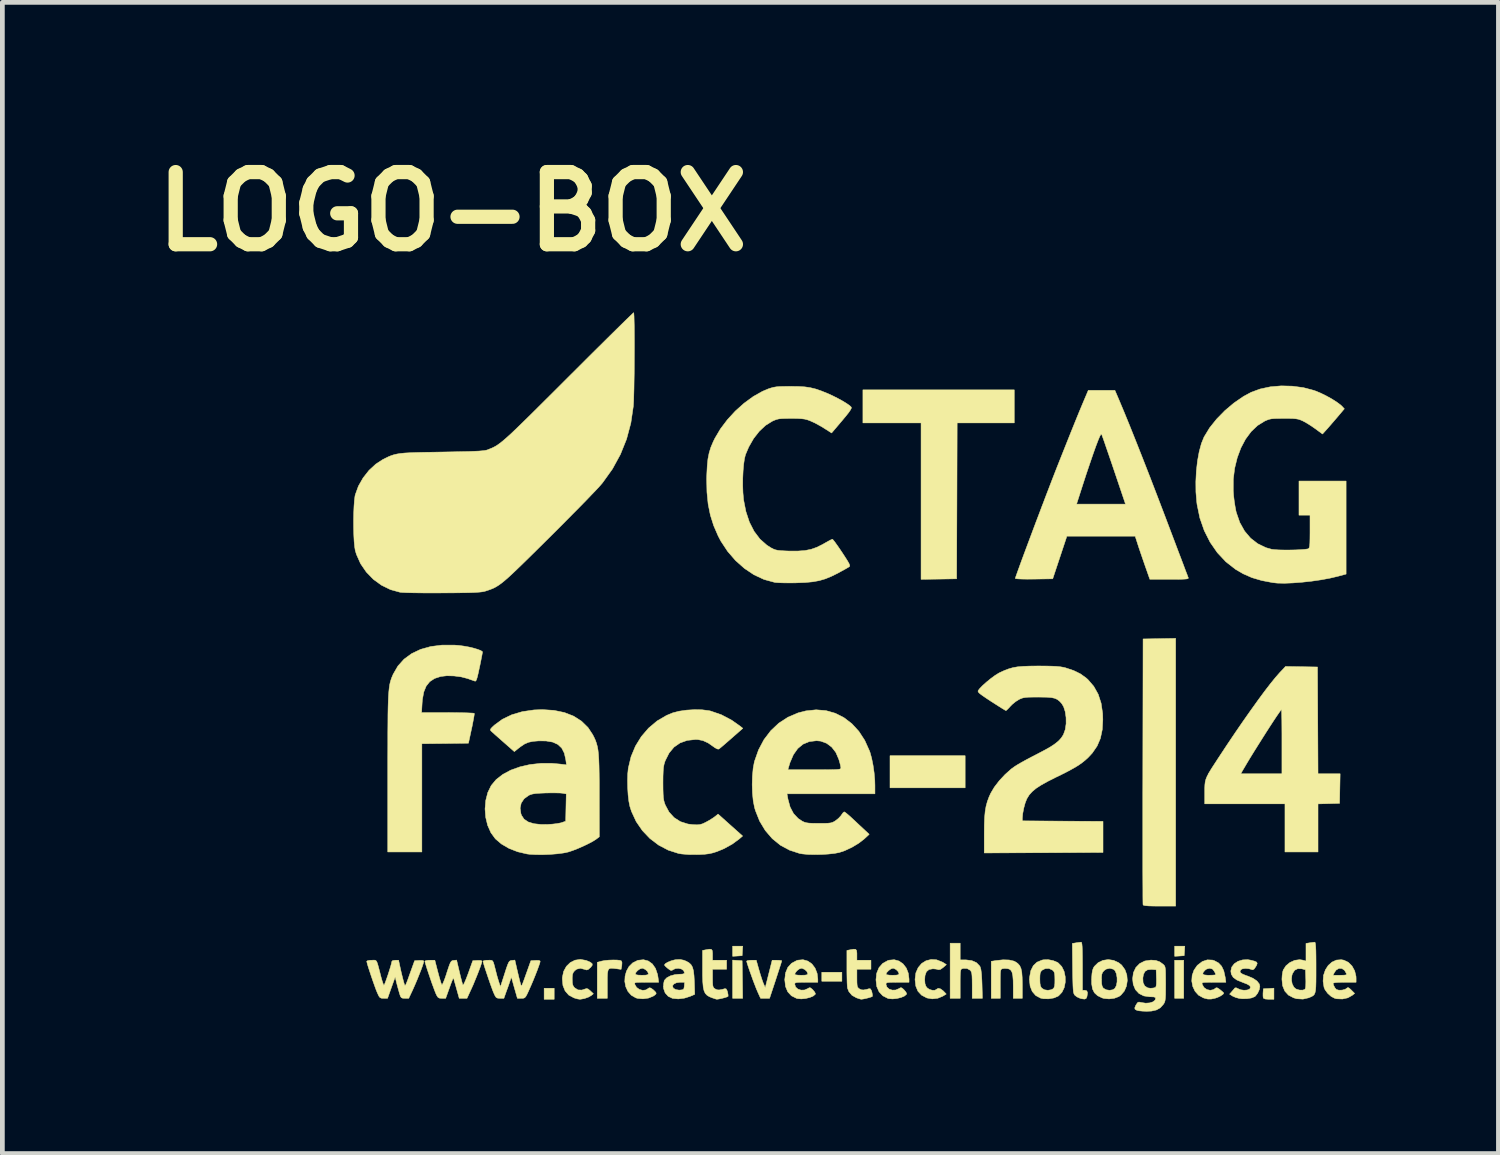
<source format=kicad_pcb>
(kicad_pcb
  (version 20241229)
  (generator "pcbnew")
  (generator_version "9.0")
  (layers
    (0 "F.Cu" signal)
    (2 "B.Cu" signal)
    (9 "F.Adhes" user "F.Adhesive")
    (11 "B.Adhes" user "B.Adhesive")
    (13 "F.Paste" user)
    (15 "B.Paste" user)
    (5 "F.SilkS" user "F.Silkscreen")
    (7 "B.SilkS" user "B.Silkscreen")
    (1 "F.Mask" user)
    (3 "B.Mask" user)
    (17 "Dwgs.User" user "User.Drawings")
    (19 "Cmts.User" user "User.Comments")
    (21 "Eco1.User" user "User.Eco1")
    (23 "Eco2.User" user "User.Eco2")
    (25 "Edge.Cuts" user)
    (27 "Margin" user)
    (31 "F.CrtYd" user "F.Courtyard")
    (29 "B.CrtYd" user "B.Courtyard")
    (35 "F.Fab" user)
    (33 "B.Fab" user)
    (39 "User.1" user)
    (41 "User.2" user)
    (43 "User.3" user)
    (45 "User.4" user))
  (footprint "LOGO-BOX"
    (layer "F.Cu")
    (at 15.002 10.918)
    (property "Reference" "LOGO-BOX" (at -8.5 -9.5 0) (layer "F.SilkS") (effects (font (size 1.524 1.524) (thickness 0.3))))
    (attr through_hole)
    (fp_poly (pts (xy -6.35 7.133) (xy -6.562 7.133) (xy -6.562 6.9) (xy -6.35 6.9) (xy -6.35 7.133)) (stroke (width 0.01) (type solid)) (fill yes) (layer "F.SilkS"))
    (fp_poly (pts (xy -0.275 6.752) (xy -0.699 6.752) (xy -0.699 6.562) (xy -0.275 6.562) (xy -0.275 6.752)) (stroke (width 0.01) (type solid)) (fill yes) (layer "F.SilkS"))
    (fp_poly (pts (xy 2.328 2.667) (xy 0.741 2.667) (xy 0.741 1.99) (xy 2.328 1.99) (xy 2.328 2.667)) (stroke (width 0.01) (type solid)) (fill yes) (layer "F.SilkS"))
    (fp_poly (pts (xy 6.943 7.112) (xy 6.752 7.112) (xy 6.752 6.308) (xy 6.943 6.308) (xy 6.943 7.112)) (stroke (width 0.01) (type solid)) (fill yes) (layer "F.SilkS"))
    (fp_poly (pts (xy -2.482 6.312) (xy -2.381 6.318) (xy -2.375 6.715) (xy -2.37 7.112) (xy -2.582 7.112) (xy -2.582 6.305) (xy -2.482 6.312)) (stroke (width 0.01) (type solid)) (fill yes) (layer "F.SilkS"))
    (fp_poly (pts (xy -2.375 6.112) (xy -2.381 6.212) (xy -2.482 6.219) (xy -2.582 6.225) (xy -2.582 6.011) (xy -2.368 6.011) (xy -2.375 6.112)) (stroke (width 0.01) (type solid)) (fill yes) (layer "F.SilkS"))
    (fp_poly (pts (xy 6.96 6.112) (xy 6.953 6.212) (xy 6.853 6.219) (xy 6.752 6.225) (xy 6.752 6.011) (xy 6.966 6.011) (xy 6.96 6.112)) (stroke (width 0.01) (type solid)) (fill yes) (layer "F.SilkS"))
    (fp_poly (pts (xy 3.365 -5.038) (xy 2.159 -5.038) (xy 2.154 -3.392) (xy 2.148 -1.746) (xy 1.773 -1.74) (xy 1.397 -1.735) (xy 1.397 -5.038) (xy 0.169 -5.038) (xy 0.169 -5.736) (xy 3.365 -5.736) (xy 3.365 -5.038)) (stroke (width 0.01) (type solid)) (fill yes) (layer "F.SilkS"))
    (fp_poly (pts (xy 8.848 7.133) (xy 8.741 7.133) (xy 8.664 7.127) (xy 8.626 7.109) (xy 8.623 7.104) (xy 8.618 7.064) (xy 8.618 7.005) (xy 8.619 6.993) (xy 8.625 6.911) (xy 8.737 6.905) (xy 8.848 6.898) (xy 8.848 7.133)) (stroke (width 0.01) (type solid)) (fill yes) (layer "F.SilkS"))
    (fp_poly (pts (xy -5.025 6.304) (xy -4.961 6.311) (xy -4.93 6.323) (xy -4.918 6.359) (xy -4.922 6.419) (xy -4.922 6.423) (xy -4.937 6.501) (xy -5.039 6.487) (xy -5.109 6.479) (xy -5.159 6.478) (xy -5.193 6.491) (xy -5.213 6.524) (xy -5.224 6.582) (xy -5.228 6.671) (xy -5.228 6.796) (xy -5.228 7.112) (xy -5.44 7.112) (xy -5.44 6.352) (xy -5.35 6.327) (xy -5.281 6.314) (xy -5.196 6.306) (xy -5.107 6.303) (xy -5.025 6.304)) (stroke (width 0.01) (type solid)) (fill yes) (layer "F.SilkS"))
    (fp_poly (pts (xy 6.773 5.165) (xy 6.434 5.165) (xy 6.297 5.164) (xy 6.197 5.161) (xy 6.132 5.155) (xy 6.095 5.147) (xy 6.085 5.138) (xy 6.083 5.114) (xy 6.082 5.05) (xy 6.081 4.949) (xy 6.081 4.813) (xy 6.08 4.645) (xy 6.079 4.446) (xy 6.079 4.221) (xy 6.079 3.97) (xy 6.079 3.698) (xy 6.079 3.405) (xy 6.079 3.095) (xy 6.079 2.77) (xy 6.08 2.433) (xy 6.08 2.318) (xy 6.085 -0.476) (xy 6.773 -0.488) (xy 6.773 5.165)) (stroke (width 0.01) (type solid)) (fill yes) (layer "F.SilkS"))
    (fp_poly (pts (xy 2.223 6.301) (xy 2.347 6.301) (xy 2.468 6.316) (xy 2.566 6.359) (xy 2.634 6.429) (xy 2.646 6.45) (xy 2.661 6.504) (xy 2.673 6.598) (xy 2.681 6.731) (xy 2.684 6.81) (xy 2.692 7.112) (xy 2.477 7.112) (xy 2.477 6.837) (xy 2.476 6.722) (xy 2.473 6.642) (xy 2.468 6.589) (xy 2.458 6.554) (xy 2.444 6.53) (xy 2.434 6.519) (xy 2.37 6.483) (xy 2.292 6.48) (xy 2.256 6.49) (xy 2.243 6.501) (xy 2.233 6.525) (xy 2.227 6.57) (xy 2.224 6.642) (xy 2.223 6.747) (xy 2.223 6.807) (xy 2.223 7.112) (xy 2.011 7.112) (xy 2.011 5.948) (xy 2.223 5.948) (xy 2.223 6.301)) (stroke (width 0.01) (type solid)) (fill yes) (layer "F.SilkS"))
    (fp_poly (pts (xy 4.787 5.936) (xy 4.794 5.967) (xy 4.799 6.024) (xy 4.802 6.11) (xy 4.804 6.229) (xy 4.805 6.386) (xy 4.805 6.435) (xy 4.805 6.943) (xy 4.858 6.943) (xy 4.897 6.955) (xy 4.912 6.995) (xy 4.902 7.066) (xy 4.897 7.086) (xy 4.88 7.118) (xy 4.847 7.129) (xy 4.788 7.121) (xy 4.75 7.11) (xy 4.689 7.082) (xy 4.644 7.047) (xy 4.632 7.03) (xy 4.622 7.007) (xy 4.614 6.973) (xy 4.609 6.923) (xy 4.605 6.851) (xy 4.602 6.752) (xy 4.599 6.621) (xy 4.597 6.478) (xy 4.591 5.954) (xy 4.672 5.94) (xy 4.731 5.932) (xy 4.774 5.927) (xy 4.778 5.927) (xy 4.787 5.936)) (stroke (width 0.01) (type solid)) (fill yes) (layer "F.SilkS"))
    (fp_poly (pts (xy -2.026 6.51) (xy -1.997 6.608) (xy -1.967 6.702) (xy -1.941 6.776) (xy -1.931 6.8) (xy -1.893 6.887) (xy -1.747 6.308) (xy -1.646 6.308) (xy -1.587 6.31) (xy -1.551 6.316) (xy -1.545 6.32) (xy -1.551 6.344) (xy -1.569 6.401) (xy -1.596 6.485) (xy -1.63 6.59) (xy -1.669 6.71) (xy -1.673 6.723) (xy -1.802 7.112) (xy -1.992 7.112) (xy -2.053 6.977) (xy -2.08 6.914) (xy -2.113 6.829) (xy -2.151 6.73) (xy -2.188 6.626) (xy -2.224 6.526) (xy -2.254 6.437) (xy -2.276 6.369) (xy -2.286 6.33) (xy -2.286 6.326) (xy -2.267 6.316) (xy -2.219 6.309) (xy -2.184 6.308) (xy -2.083 6.308) (xy -2.026 6.51)) (stroke (width 0.01) (type solid)) (fill yes) (layer "F.SilkS"))
    (fp_poly (pts (xy 3.256 6.303) (xy 3.357 6.326) (xy 3.387 6.341) (xy 3.441 6.378) (xy 3.48 6.422) (xy 3.507 6.482) (xy 3.524 6.562) (xy 3.532 6.67) (xy 3.535 6.814) (xy 3.535 6.821) (xy 3.535 7.112) (xy 3.344 7.112) (xy 3.344 6.872) (xy 3.342 6.735) (xy 3.334 6.635) (xy 3.319 6.566) (xy 3.295 6.521) (xy 3.261 6.496) (xy 3.228 6.486) (xy 3.165 6.481) (xy 3.113 6.487) (xy 3.113 6.487) (xy 3.096 6.495) (xy 3.084 6.509) (xy 3.076 6.538) (xy 3.072 6.586) (xy 3.07 6.662) (xy 3.069 6.772) (xy 3.069 6.807) (xy 3.069 7.112) (xy 2.879 7.112) (xy 2.879 6.331) (xy 2.979 6.315) (xy 3.128 6.299) (xy 3.256 6.303)) (stroke (width 0.01) (type solid)) (fill yes) (layer "F.SilkS"))
    (fp_poly (pts (xy 1.725 6.299) (xy 1.844 6.346) (xy 1.861 6.355) (xy 1.932 6.4) (xy 1.864 6.461) (xy 1.806 6.502) (xy 1.764 6.508) (xy 1.76 6.506) (xy 1.716 6.495) (xy 1.654 6.489) (xy 1.643 6.489) (xy 1.564 6.504) (xy 1.509 6.552) (xy 1.48 6.634) (xy 1.474 6.722) (xy 1.48 6.801) (xy 1.498 6.855) (xy 1.525 6.891) (xy 1.573 6.924) (xy 1.633 6.942) (xy 1.688 6.942) (xy 1.724 6.923) (xy 1.725 6.921) (xy 1.759 6.901) (xy 1.808 6.913) (xy 1.865 6.955) (xy 1.871 6.961) (xy 1.929 7.022) (xy 1.856 7.067) (xy 1.75 7.111) (xy 1.633 7.124) (xy 1.521 7.105) (xy 1.517 7.103) (xy 1.407 7.045) (xy 1.331 6.963) (xy 1.286 6.855) (xy 1.27 6.717) (xy 1.27 6.71) (xy 1.287 6.576) (xy 1.336 6.464) (xy 1.409 6.377) (xy 1.502 6.319) (xy 1.61 6.292) (xy 1.725 6.299)) (stroke (width 0.01) (type solid)) (fill yes) (layer "F.SilkS"))
    (fp_poly (pts (xy -3.032 6.078) (xy -3.012 6.104) (xy -3.006 6.158) (xy -3.006 6.191) (xy -3.006 6.308) (xy -2.709 6.308) (xy -2.709 6.498) (xy -3.006 6.498) (xy -3.006 6.688) (xy -3.005 6.779) (xy -3.001 6.838) (xy -2.992 6.874) (xy -2.975 6.896) (xy -2.953 6.913) (xy -2.913 6.932) (xy -2.868 6.936) (xy -2.804 6.925) (xy -2.748 6.909) (xy -2.72 6.913) (xy -2.699 6.949) (xy -2.69 6.977) (xy -2.679 7.031) (xy -2.677 7.067) (xy -2.679 7.071) (xy -2.702 7.083) (xy -2.752 7.099) (xy -2.814 7.115) (xy -2.873 7.127) (xy -2.914 7.132) (xy -2.917 7.132) (xy -2.945 7.125) (xy -2.995 7.108) (xy -3.011 7.103) (xy -3.075 7.077) (xy -3.124 7.046) (xy -3.161 7.006) (xy -3.186 6.95) (xy -3.203 6.873) (xy -3.212 6.769) (xy -3.217 6.633) (xy -3.217 6.492) (xy -3.217 6.101) (xy -3.151 6.088) (xy -3.075 6.075) (xy -3.032 6.078)) (stroke (width 0.01) (type solid)) (fill yes) (layer "F.SilkS"))
    (fp_poly (pts (xy 0.016 6.078) (xy 0.036 6.104) (xy 0.042 6.158) (xy 0.042 6.191) (xy 0.042 6.308) (xy 0.339 6.308) (xy 0.339 6.498) (xy 0.042 6.498) (xy 0.042 6.688) (xy 0.043 6.779) (xy 0.047 6.838) (xy 0.056 6.874) (xy 0.073 6.896) (xy 0.095 6.913) (xy 0.135 6.932) (xy 0.18 6.936) (xy 0.244 6.925) (xy 0.3 6.909) (xy 0.328 6.913) (xy 0.349 6.949) (xy 0.358 6.977) (xy 0.369 7.031) (xy 0.371 7.067) (xy 0.369 7.071) (xy 0.346 7.083) (xy 0.296 7.099) (xy 0.234 7.115) (xy 0.175 7.127) (xy 0.134 7.132) (xy 0.131 7.132) (xy 0.104 7.125) (xy 0.052 7.108) (xy 0.032 7.101) (xy -0.061 7.049) (xy -0.127 6.971) (xy -0.157 6.895) (xy -0.161 6.853) (xy -0.165 6.777) (xy -0.167 6.676) (xy -0.169 6.559) (xy -0.169 6.466) (xy -0.169 6.101) (xy -0.103 6.088) (xy -0.027 6.075) (xy 0.016 6.078)) (stroke (width 0.01) (type solid)) (fill yes) (layer "F.SilkS"))
    (fp_poly (pts (xy -5.677 6.312) (xy -5.663 6.317) (xy -5.587 6.35) (xy -5.548 6.381) (xy -5.546 6.413) (xy -5.576 6.455) (xy -5.588 6.466) (xy -5.632 6.504) (xy -5.665 6.514) (xy -5.703 6.502) (xy -5.705 6.502) (xy -5.795 6.478) (xy -5.873 6.496) (xy -5.917 6.529) (xy -5.947 6.566) (xy -5.963 6.61) (xy -5.969 6.676) (xy -5.969 6.71) (xy -5.966 6.788) (xy -5.955 6.838) (xy -5.931 6.876) (xy -5.917 6.891) (xy -5.847 6.935) (xy -5.765 6.938) (xy -5.705 6.918) (xy -5.666 6.906) (xy -5.634 6.915) (xy -5.591 6.95) (xy -5.586 6.955) (xy -5.522 7.016) (xy -5.567 7.053) (xy -5.629 7.088) (xy -5.711 7.117) (xy -5.79 7.131) (xy -5.81 7.132) (xy -5.857 7.125) (xy -5.92 7.107) (xy -5.934 7.102) (xy -6.042 7.044) (xy -6.119 6.956) (xy -6.165 6.842) (xy -6.178 6.704) (xy -6.177 6.67) (xy -6.15 6.543) (xy -6.092 6.437) (xy -6.01 6.357) (xy -5.91 6.307) (xy -5.797 6.29) (xy -5.677 6.312)) (stroke (width 0.01) (type solid)) (fill yes) (layer "F.SilkS"))
    (fp_poly (pts (xy 5.463 6.311) (xy 5.569 6.36) (xy 5.633 6.411) (xy 5.702 6.507) (xy 5.742 6.618) (xy 5.752 6.737) (xy 5.734 6.854) (xy 5.689 6.959) (xy 5.617 7.044) (xy 5.574 7.075) (xy 5.479 7.111) (xy 5.367 7.125) (xy 5.259 7.115) (xy 5.221 7.104) (xy 5.125 7.057) (xy 5.058 6.996) (xy 5.017 6.914) (xy 4.999 6.804) (xy 4.999 6.719) (xy 5.207 6.719) (xy 5.21 6.803) (xy 5.221 6.856) (xy 5.242 6.893) (xy 5.249 6.9) (xy 5.305 6.932) (xy 5.377 6.943) (xy 5.445 6.932) (xy 5.488 6.905) (xy 5.52 6.846) (xy 5.536 6.766) (xy 5.536 6.678) (xy 5.522 6.595) (xy 5.494 6.53) (xy 5.462 6.499) (xy 5.382 6.478) (xy 5.304 6.496) (xy 5.259 6.529) (xy 5.23 6.564) (xy 5.214 6.605) (xy 5.208 6.666) (xy 5.207 6.719) (xy 4.999 6.719) (xy 4.999 6.689) (xy 5.006 6.59) (xy 5.018 6.521) (xy 5.036 6.471) (xy 5.056 6.438) (xy 5.137 6.359) (xy 5.237 6.311) (xy 5.349 6.294) (xy 5.463 6.311)) (stroke (width 0.01) (type solid)) (fill yes) (layer "F.SilkS"))
    (fp_poly (pts (xy 4.186 6.316) (xy 4.276 6.353) (xy 4.295 6.366) (xy 4.368 6.442) (xy 4.417 6.542) (xy 4.441 6.656) (xy 4.442 6.773) (xy 4.42 6.886) (xy 4.373 6.984) (xy 4.303 7.058) (xy 4.289 7.068) (xy 4.2 7.105) (xy 4.091 7.123) (xy 3.983 7.121) (xy 3.92 7.108) (xy 3.818 7.053) (xy 3.744 6.967) (xy 3.7 6.855) (xy 3.686 6.718) (xy 3.687 6.706) (xy 3.905 6.706) (xy 3.908 6.793) (xy 3.918 6.851) (xy 3.939 6.89) (xy 3.946 6.898) (xy 4.001 6.932) (xy 4.074 6.943) (xy 4.147 6.931) (xy 4.182 6.913) (xy 4.203 6.89) (xy 4.216 6.855) (xy 4.222 6.797) (xy 4.223 6.72) (xy 4.221 6.636) (xy 4.215 6.582) (xy 4.202 6.548) (xy 4.178 6.522) (xy 4.173 6.517) (xy 4.099 6.482) (xy 4.019 6.485) (xy 3.955 6.517) (xy 3.929 6.544) (xy 3.913 6.578) (xy 3.907 6.632) (xy 3.905 6.706) (xy 3.687 6.706) (xy 3.689 6.665) (xy 3.715 6.527) (xy 3.767 6.423) (xy 3.845 6.349) (xy 3.952 6.305) (xy 3.983 6.299) (xy 4.081 6.296) (xy 4.186 6.316)) (stroke (width 0.01) (type solid)) (fill yes) (layer "F.SilkS"))
    (fp_poly (pts (xy 10.325 6.307) (xy 10.419 6.352) (xy 10.497 6.43) (xy 10.553 6.532) (xy 10.581 6.647) (xy 10.583 6.688) (xy 10.583 6.773) (xy 10.34 6.773) (xy 10.222 6.775) (xy 10.142 6.781) (xy 10.101 6.79) (xy 10.097 6.796) (xy 10.109 6.839) (xy 10.136 6.89) (xy 10.167 6.926) (xy 10.168 6.926) (xy 10.219 6.941) (xy 10.287 6.939) (xy 10.35 6.923) (xy 10.376 6.907) (xy 10.403 6.887) (xy 10.426 6.889) (xy 10.459 6.916) (xy 10.484 6.94) (xy 10.552 7.009) (xy 10.502 7.049) (xy 10.408 7.102) (xy 10.294 7.127) (xy 10.174 7.122) (xy 10.13 7.111) (xy 10.056 7.072) (xy 9.983 7.007) (xy 9.927 6.93) (xy 9.906 6.88) (xy 9.886 6.749) (xy 9.896 6.625) (xy 9.896 6.625) (xy 10.095 6.625) (xy 10.243 6.625) (xy 10.321 6.624) (xy 10.364 6.619) (xy 10.38 6.609) (xy 10.379 6.59) (xy 10.378 6.588) (xy 10.337 6.518) (xy 10.281 6.482) (xy 10.219 6.481) (xy 10.161 6.516) (xy 10.127 6.564) (xy 10.095 6.625) (xy 9.896 6.625) (xy 9.934 6.513) (xy 9.994 6.419) (xy 10.073 6.348) (xy 10.167 6.305) (xy 10.271 6.297) (xy 10.325 6.307)) (stroke (width 0.01) (type solid)) (fill yes) (layer "F.SilkS"))
    (fp_poly (pts (xy 8.354 6.306) (xy 8.436 6.327) (xy 8.481 6.347) (xy 8.495 6.372) (xy 8.484 6.409) (xy 8.465 6.443) (xy 8.429 6.494) (xy 8.399 6.51) (xy 8.384 6.506) (xy 8.319 6.487) (xy 8.247 6.481) (xy 8.185 6.489) (xy 8.151 6.507) (xy 8.132 6.542) (xy 8.143 6.573) (xy 8.187 6.602) (xy 8.267 6.634) (xy 8.294 6.642) (xy 8.405 6.689) (xy 8.489 6.746) (xy 8.539 6.809) (xy 8.551 6.86) (xy 8.538 6.931) (xy 8.504 7.005) (xy 8.459 7.063) (xy 8.442 7.077) (xy 8.373 7.105) (xy 8.278 7.12) (xy 8.175 7.121) (xy 8.115 7.114) (xy 8.043 7.095) (xy 7.979 7.067) (xy 7.97 7.062) (xy 7.912 7.024) (xy 7.962 6.967) (xy 7.999 6.924) (xy 8.024 6.894) (xy 8.025 6.893) (xy 8.051 6.89) (xy 8.089 6.908) (xy 8.145 6.932) (xy 8.216 6.942) (xy 8.284 6.937) (xy 8.333 6.918) (xy 8.34 6.911) (xy 8.354 6.876) (xy 8.334 6.843) (xy 8.277 6.81) (xy 8.181 6.773) (xy 8.066 6.726) (xy 7.989 6.67) (xy 7.948 6.603) (xy 7.938 6.536) (xy 7.957 6.453) (xy 8.01 6.383) (xy 8.089 6.331) (xy 8.187 6.301) (xy 8.295 6.296) (xy 8.354 6.306)) (stroke (width 0.01) (type solid)) (fill yes) (layer "F.SilkS"))
    (fp_poly (pts (xy 9.719 5.936) (xy 9.725 5.967) (xy 9.73 6.023) (xy 9.734 6.107) (xy 9.736 6.225) (xy 9.737 6.38) (xy 9.737 6.463) (xy 9.737 6.633) (xy 9.736 6.766) (xy 9.733 6.868) (xy 9.727 6.942) (xy 9.716 6.994) (xy 9.7 7.031) (xy 9.676 7.056) (xy 9.645 7.074) (xy 9.603 7.092) (xy 9.583 7.101) (xy 9.461 7.129) (xy 9.33 7.121) (xy 9.264 7.102) (xy 9.154 7.044) (xy 9.077 6.959) (xy 9.031 6.846) (xy 9.018 6.718) (xy 9.218 6.718) (xy 9.233 6.806) (xy 9.269 6.877) (xy 9.313 6.915) (xy 9.385 6.938) (xy 9.457 6.939) (xy 9.499 6.925) (xy 9.513 6.902) (xy 9.52 6.851) (xy 9.522 6.766) (xy 9.521 6.708) (xy 9.514 6.509) (xy 9.436 6.489) (xy 9.352 6.486) (xy 9.286 6.519) (xy 9.24 6.59) (xy 9.228 6.627) (xy 9.218 6.718) (xy 9.018 6.718) (xy 9.017 6.711) (xy 9.022 6.628) (xy 9.034 6.551) (xy 9.046 6.512) (xy 9.103 6.424) (xy 9.187 6.355) (xy 9.287 6.31) (xy 9.391 6.296) (xy 9.451 6.305) (xy 9.525 6.325) (xy 9.525 5.953) (xy 9.604 5.94) (xy 9.663 5.932) (xy 9.706 5.927) (xy 9.71 5.927) (xy 9.719 5.936)) (stroke (width 0.01) (type solid)) (fill yes) (layer "F.SilkS"))
    (fp_poly (pts (xy 9.768 0.116) (xy 9.779 2.371) (xy 10.246 2.371) (xy 10.24 2.683) (xy 10.234 2.995) (xy 10.007 3.001) (xy 9.779 3.007) (xy 9.779 4.022) (xy 9.081 4.022) (xy 9.081 3.006) (xy 7.387 3.006) (xy 7.387 2.761) (xy 7.387 2.674) (xy 7.39 2.604) (xy 7.397 2.543) (xy 7.412 2.485) (xy 7.437 2.424) (xy 7.465 2.371) (xy 8.147 2.371) (xy 9.017 2.371) (xy 9.017 1.693) (xy 9.017 1.529) (xy 9.016 1.379) (xy 9.015 1.248) (xy 9.013 1.142) (xy 9.011 1.065) (xy 9.009 1.023) (xy 9.008 1.016) (xy 8.991 1.033) (xy 8.956 1.082) (xy 8.904 1.157) (xy 8.839 1.255) (xy 8.765 1.369) (xy 8.683 1.496) (xy 8.597 1.632) (xy 8.51 1.77) (xy 8.424 1.907) (xy 8.344 2.037) (xy 8.272 2.157) (xy 8.211 2.261) (xy 8.205 2.27) (xy 8.147 2.371) (xy 7.465 2.371) (xy 7.475 2.352) (xy 7.528 2.264) (xy 7.6 2.153) (xy 7.678 2.033) (xy 7.856 1.763) (xy 8.031 1.503) (xy 8.2 1.257) (xy 8.362 1.027) (xy 8.513 0.816) (xy 8.651 0.629) (xy 8.775 0.468) (xy 8.882 0.336) (xy 8.968 0.238) (xy 8.968 0.238) (xy 9.093 0.105) (xy 9.768 0.116)) (stroke (width 0.01) (type solid)) (fill yes) (layer "F.SilkS"))
    (fp_poly (pts (xy -4.363 6.324) (xy -4.277 6.386) (xy -4.211 6.481) (xy -4.168 6.606) (xy -4.158 6.664) (xy -4.143 6.773) (xy -4.401 6.773) (xy -4.509 6.774) (xy -4.582 6.775) (xy -4.625 6.779) (xy -4.645 6.787) (xy -4.65 6.8) (xy -4.646 6.82) (xy -4.646 6.821) (xy -4.61 6.882) (xy -4.55 6.925) (xy -4.481 6.944) (xy -4.413 6.935) (xy -4.373 6.91) (xy -4.343 6.89) (xy -4.31 6.895) (xy -4.263 6.928) (xy -4.239 6.95) (xy -4.202 6.988) (xy -4.197 7.016) (xy -4.227 7.045) (xy -4.26 7.067) (xy -4.358 7.107) (xy -4.474 7.123) (xy -4.586 7.114) (xy -4.625 7.103) (xy -4.722 7.047) (xy -4.793 6.966) (xy -4.839 6.867) (xy -4.859 6.758) (xy -4.853 6.645) (xy -4.84 6.597) (xy -4.636 6.597) (xy -4.622 6.613) (xy -4.578 6.622) (xy -4.498 6.625) (xy -4.421 6.623) (xy -4.378 6.615) (xy -4.361 6.601) (xy -4.36 6.593) (xy -4.378 6.548) (xy -4.421 6.506) (xy -4.472 6.48) (xy -4.491 6.477) (xy -4.539 6.491) (xy -4.589 6.526) (xy -4.626 6.569) (xy -4.636 6.597) (xy -4.84 6.597) (xy -4.823 6.537) (xy -4.77 6.441) (xy -4.692 6.364) (xy -4.591 6.313) (xy -4.578 6.309) (xy -4.464 6.297) (xy -4.363 6.324)) (stroke (width 0.01) (type solid)) (fill yes) (layer "F.SilkS"))
    (fp_poly (pts (xy -0.996 6.325) (xy -0.909 6.385) (xy -0.842 6.473) (xy -0.798 6.584) (xy -0.783 6.705) (xy -0.783 6.773) (xy -1.027 6.773) (xy -1.131 6.774) (xy -1.201 6.776) (xy -1.242 6.781) (xy -1.263 6.79) (xy -1.269 6.805) (xy -1.27 6.816) (xy -1.252 6.874) (xy -1.204 6.917) (xy -1.138 6.939) (xy -1.065 6.937) (xy -0.997 6.908) (xy -0.964 6.889) (xy -0.938 6.891) (xy -0.904 6.918) (xy -0.884 6.938) (xy -0.848 6.982) (xy -0.833 7.017) (xy -0.835 7.025) (xy -0.878 7.063) (xy -0.951 7.094) (xy -1.04 7.116) (xy -1.131 7.125) (xy -1.212 7.118) (xy -1.232 7.113) (xy -1.34 7.059) (xy -1.418 6.975) (xy -1.465 6.863) (xy -1.481 6.722) (xy -1.481 6.715) (xy -1.468 6.607) (xy -1.27 6.607) (xy -1.251 6.616) (xy -1.2 6.623) (xy -1.132 6.625) (xy -1.055 6.623) (xy -1.012 6.615) (xy -0.996 6.601) (xy -0.995 6.593) (xy -1.013 6.547) (xy -1.057 6.505) (xy -1.111 6.48) (xy -1.131 6.477) (xy -1.176 6.493) (xy -1.224 6.53) (xy -1.26 6.576) (xy -1.27 6.607) (xy -1.468 6.607) (xy -1.464 6.574) (xy -1.416 6.459) (xy -1.337 6.372) (xy -1.23 6.315) (xy -1.204 6.307) (xy -1.095 6.297) (xy -0.996 6.325)) (stroke (width 0.01) (type solid)) (fill yes) (layer "F.SilkS"))
    (fp_poly (pts (xy 0.931 6.325) (xy 1.017 6.385) (xy 1.085 6.473) (xy 1.128 6.584) (xy 1.143 6.705) (xy 1.143 6.773) (xy 0.9 6.773) (xy 0.795 6.774) (xy 0.726 6.776) (xy 0.684 6.781) (xy 0.664 6.79) (xy 0.657 6.805) (xy 0.656 6.816) (xy 0.675 6.874) (xy 0.722 6.917) (xy 0.788 6.939) (xy 0.861 6.937) (xy 0.929 6.908) (xy 0.962 6.889) (xy 0.988 6.891) (xy 1.022 6.918) (xy 1.042 6.938) (xy 1.078 6.982) (xy 1.093 7.017) (xy 1.091 7.025) (xy 1.048 7.063) (xy 0.976 7.094) (xy 0.887 7.116) (xy 0.797 7.125) (xy 0.717 7.119) (xy 0.697 7.114) (xy 0.589 7.059) (xy 0.51 6.974) (xy 0.461 6.862) (xy 0.445 6.723) (xy 0.445 6.72) (xy 0.458 6.603) (xy 0.656 6.603) (xy 0.656 6.603) (xy 0.676 6.615) (xy 0.73 6.623) (xy 0.794 6.625) (xy 0.871 6.623) (xy 0.914 6.615) (xy 0.93 6.601) (xy 0.931 6.593) (xy 0.914 6.549) (xy 0.872 6.506) (xy 0.822 6.48) (xy 0.803 6.477) (xy 0.761 6.491) (xy 0.713 6.525) (xy 0.673 6.567) (xy 0.656 6.603) (xy 0.458 6.603) (xy 0.461 6.58) (xy 0.509 6.464) (xy 0.587 6.375) (xy 0.691 6.317) (xy 0.722 6.307) (xy 0.831 6.297) (xy 0.931 6.325)) (stroke (width 0.01) (type solid)) (fill yes) (layer "F.SilkS"))
    (fp_poly (pts (xy -3.613 6.308) (xy -3.571 6.325) (xy -3.508 6.358) (xy -3.462 6.399) (xy -3.43 6.454) (xy -3.409 6.531) (xy -3.397 6.636) (xy -3.39 6.768) (xy -3.382 7.028) (xy -3.48 7.071) (xy -3.601 7.109) (xy -3.729 7.125) (xy -3.845 7.114) (xy -3.852 7.113) (xy -3.942 7.07) (xy -4.007 6.998) (xy -4.04 6.905) (xy -4.043 6.867) (xy -4.042 6.858) (xy -3.852 6.858) (xy -3.833 6.899) (xy -3.783 6.928) (xy -3.714 6.939) (xy -3.696 6.938) (xy -3.641 6.932) (xy -3.614 6.915) (xy -3.605 6.876) (xy -3.602 6.853) (xy -3.596 6.773) (xy -3.691 6.773) (xy -3.767 6.783) (xy -3.824 6.81) (xy -3.851 6.849) (xy -3.852 6.858) (xy -4.042 6.858) (xy -4.038 6.798) (xy -4.026 6.743) (xy -4.021 6.73) (xy -3.973 6.679) (xy -3.896 6.638) (xy -3.8 6.612) (xy -3.716 6.604) (xy -3.644 6.601) (xy -3.607 6.59) (xy -3.598 6.574) (xy -3.617 6.526) (xy -3.663 6.493) (xy -3.726 6.479) (xy -3.792 6.485) (xy -3.839 6.508) (xy -3.868 6.524) (xy -3.897 6.519) (xy -3.941 6.488) (xy -3.95 6.481) (xy -3.994 6.443) (xy -4.019 6.414) (xy -4.022 6.408) (xy -4.003 6.381) (xy -3.954 6.351) (xy -3.887 6.323) (xy -3.813 6.302) (xy -3.777 6.296) (xy -3.689 6.292) (xy -3.613 6.308)) (stroke (width 0.01) (type solid)) (fill yes) (layer "F.SilkS"))
    (fp_poly (pts (xy 7.551 6.305) (xy 7.589 6.317) (xy 7.678 6.365) (xy 7.743 6.434) (xy 7.789 6.531) (xy 7.818 6.662) (xy 7.82 6.673) (xy 7.834 6.773) (xy 7.578 6.773) (xy 7.47 6.774) (xy 7.398 6.775) (xy 7.355 6.779) (xy 7.335 6.787) (xy 7.33 6.801) (xy 7.335 6.82) (xy 7.335 6.821) (xy 7.372 6.885) (xy 7.432 6.927) (xy 7.503 6.943) (xy 7.571 6.929) (xy 7.601 6.909) (xy 7.627 6.89) (xy 7.654 6.892) (xy 7.693 6.917) (xy 7.714 6.933) (xy 7.759 6.97) (xy 7.786 6.997) (xy 7.789 7.003) (xy 7.77 7.03) (xy 7.722 7.062) (xy 7.66 7.092) (xy 7.608 7.11) (xy 7.523 7.128) (xy 7.453 7.128) (xy 7.374 7.108) (xy 7.355 7.101) (xy 7.256 7.046) (xy 7.182 6.963) (xy 7.134 6.861) (xy 7.113 6.747) (xy 7.121 6.63) (xy 7.131 6.601) (xy 7.347 6.601) (xy 7.379 6.618) (xy 7.448 6.625) (xy 7.482 6.625) (xy 7.552 6.623) (xy 7.602 6.619) (xy 7.62 6.613) (xy 7.609 6.579) (xy 7.583 6.534) (xy 7.555 6.499) (xy 7.548 6.493) (xy 7.49 6.478) (xy 7.427 6.494) (xy 7.388 6.523) (xy 7.351 6.57) (xy 7.347 6.601) (xy 7.131 6.601) (xy 7.16 6.518) (xy 7.229 6.418) (xy 7.237 6.411) (xy 7.336 6.335) (xy 7.442 6.3) (xy 7.551 6.305)) (stroke (width 0.01) (type solid)) (fill yes) (layer "F.SilkS"))
    (fp_poly (pts (xy -8.351 6.555) (xy -8.327 6.655) (xy -8.305 6.74) (xy -8.288 6.802) (xy -8.278 6.832) (xy -8.266 6.824) (xy -8.243 6.781) (xy -8.212 6.709) (xy -8.175 6.613) (xy -8.166 6.589) (xy -8.069 6.318) (xy -7.971 6.312) (xy -7.907 6.312) (xy -7.876 6.323) (xy -7.874 6.329) (xy -7.882 6.363) (xy -7.903 6.428) (xy -7.935 6.515) (xy -7.974 6.616) (xy -8.018 6.723) (xy -8.061 6.828) (xy -8.103 6.921) (xy -8.106 6.927) (xy -8.191 7.112) (xy -8.355 7.112) (xy -8.413 6.906) (xy -8.438 6.817) (xy -8.459 6.743) (xy -8.472 6.694) (xy -8.476 6.68) (xy -8.484 6.69) (xy -8.503 6.734) (xy -8.53 6.803) (xy -8.56 6.886) (xy -8.641 7.112) (xy -8.722 7.112) (xy -8.771 7.109) (xy -8.802 7.093) (xy -8.828 7.055) (xy -8.849 7.011) (xy -8.87 6.959) (xy -8.899 6.881) (xy -8.934 6.786) (xy -8.97 6.681) (xy -9.005 6.577) (xy -9.037 6.481) (xy -9.061 6.402) (xy -9.077 6.347) (xy -9.081 6.329) (xy -9.061 6.317) (xy -9.013 6.309) (xy -8.975 6.308) (xy -8.87 6.308) (xy -8.847 6.398) (xy -8.809 6.545) (xy -8.779 6.656) (xy -8.756 6.735) (xy -8.74 6.786) (xy -8.728 6.816) (xy -8.719 6.827) (xy -8.707 6.812) (xy -8.685 6.764) (xy -8.656 6.69) (xy -8.624 6.597) (xy -8.619 6.578) (xy -8.584 6.472) (xy -8.559 6.399) (xy -8.538 6.353) (xy -8.52 6.328) (xy -8.499 6.316) (xy -8.473 6.312) (xy -8.41 6.305) (xy -8.351 6.555)) (stroke (width 0.01) (type solid)) (fill yes) (layer "F.SilkS"))
    (fp_poly (pts (xy -8.457 -0.346) (xy -8.362 -0.339) (xy -8.258 -0.325) (xy -8.152 -0.306) (xy -8.051 -0.282) (xy -7.965 -0.256) (xy -7.9 -0.231) (xy -7.867 -0.209) (xy -7.863 -0.201) (xy -7.868 -0.174) (xy -7.879 -0.113) (xy -7.896 -0.027) (xy -7.917 0.077) (xy -7.927 0.123) (xy -7.953 0.244) (xy -7.973 0.328) (xy -7.99 0.382) (xy -8.004 0.409) (xy -8.019 0.416) (xy -8.022 0.415) (xy -8.058 0.402) (xy -8.12 0.381) (xy -8.177 0.36) (xy -8.312 0.325) (xy -8.464 0.305) (xy -8.616 0.301) (xy -8.746 0.316) (xy -8.875 0.358) (xy -8.977 0.425) (xy -9.053 0.52) (xy -9.104 0.645) (xy -9.133 0.805) (xy -9.139 0.884) (xy -9.15 1.079) (xy -8.598 1.079) (xy -8.449 1.08) (xy -8.315 1.082) (xy -8.201 1.084) (xy -8.113 1.088) (xy -8.057 1.091) (xy -8.037 1.095) (xy -8.038 1.121) (xy -8.047 1.18) (xy -8.063 1.264) (xy -8.083 1.368) (xy -8.094 1.418) (xy -8.16 1.725) (xy -8.652 1.731) (xy -9.144 1.736) (xy -9.144 4.022) (xy -9.864 4.022) (xy -9.864 2.359) (xy -9.864 2.038) (xy -9.863 1.756) (xy -9.863 1.51) (xy -9.861 1.298) (xy -9.86 1.116) (xy -9.857 0.961) (xy -9.853 0.831) (xy -9.848 0.722) (xy -9.841 0.631) (xy -9.833 0.556) (xy -9.824 0.493) (xy -9.812 0.439) (xy -9.798 0.391) (xy -9.783 0.347) (xy -9.764 0.302) (xy -9.749 0.267) (xy -9.65 0.096) (xy -9.52 -0.049) (xy -9.36 -0.166) (xy -9.171 -0.256) (xy -8.957 -0.316) (xy -8.718 -0.346) (xy -8.457 -0.346)) (stroke (width 0.01) (type solid)) (fill yes) (layer "F.SilkS"))
    (fp_poly (pts (xy 6.356 6.313) (xy 6.437 6.342) (xy 6.513 6.397) (xy 6.514 6.399) (xy 6.531 6.416) (xy 6.544 6.437) (xy 6.552 6.468) (xy 6.558 6.515) (xy 6.56 6.586) (xy 6.561 6.686) (xy 6.562 6.806) (xy 6.561 6.939) (xy 6.56 7.037) (xy 6.556 7.107) (xy 6.55 7.156) (xy 6.541 7.191) (xy 6.527 7.219) (xy 6.514 7.239) (xy 6.449 7.312) (xy 6.367 7.358) (xy 6.261 7.382) (xy 6.16 7.386) (xy 6.075 7.383) (xy 6.002 7.376) (xy 5.955 7.366) (xy 5.953 7.365) (xy 5.917 7.345) (xy 5.909 7.316) (xy 5.927 7.269) (xy 5.941 7.244) (xy 5.969 7.203) (xy 5.998 7.191) (xy 6.048 7.201) (xy 6.052 7.202) (xy 6.14 7.215) (xy 6.223 7.209) (xy 6.293 7.187) (xy 6.338 7.151) (xy 6.35 7.114) (xy 6.342 7.094) (xy 6.313 7.083) (xy 6.252 7.08) (xy 6.228 7.08) (xy 6.101 7.062) (xy 5.999 7.011) (xy 5.923 6.929) (xy 5.877 6.818) (xy 5.864 6.701) (xy 5.866 6.683) (xy 6.08 6.683) (xy 6.085 6.781) (xy 6.12 6.851) (xy 6.181 6.891) (xy 6.24 6.9) (xy 6.3 6.895) (xy 6.342 6.884) (xy 6.346 6.882) (xy 6.36 6.858) (xy 6.367 6.804) (xy 6.368 6.714) (xy 6.367 6.687) (xy 6.361 6.509) (xy 6.264 6.502) (xy 6.182 6.509) (xy 6.126 6.543) (xy 6.093 6.609) (xy 6.08 6.683) (xy 5.866 6.683) (xy 5.881 6.57) (xy 5.933 6.461) (xy 6.015 6.377) (xy 6.122 6.324) (xy 6.251 6.305) (xy 6.252 6.305) (xy 6.356 6.313)) (stroke (width 0.01) (type solid)) (fill yes) (layer "F.SilkS"))
    (fp_poly (pts (xy -10.137 6.307) (xy -10.116 6.314) (xy -10.099 6.334) (xy -10.083 6.372) (xy -10.065 6.434) (xy -10.041 6.525) (xy -10.009 6.651) (xy -10.009 6.652) (xy -9.986 6.733) (xy -9.965 6.796) (xy -9.95 6.832) (xy -9.945 6.837) (xy -9.933 6.818) (xy -9.913 6.768) (xy -9.887 6.696) (xy -9.858 6.612) (xy -9.83 6.525) (xy -9.805 6.444) (xy -9.787 6.379) (xy -9.779 6.339) (xy -9.779 6.336) (xy -9.76 6.315) (xy -9.707 6.308) (xy -9.635 6.308) (xy -9.6 6.472) (xy -9.578 6.57) (xy -9.553 6.671) (xy -9.532 6.752) (xy -9.519 6.798) (xy -9.509 6.829) (xy -9.5 6.841) (xy -9.487 6.83) (xy -9.47 6.793) (xy -9.444 6.727) (xy -9.408 6.626) (xy -9.377 6.54) (xy -9.297 6.318) (xy -9.199 6.312) (xy -9.135 6.312) (xy -9.104 6.323) (xy -9.102 6.329) (xy -9.11 6.363) (xy -9.131 6.429) (xy -9.163 6.516) (xy -9.203 6.617) (xy -9.246 6.724) (xy -9.29 6.827) (xy -9.331 6.92) (xy -9.334 6.927) (xy -9.421 7.112) (xy -9.503 7.112) (xy -9.549 7.11) (xy -9.577 7.099) (xy -9.597 7.068) (xy -9.617 7.008) (xy -9.622 6.99) (xy -9.647 6.901) (xy -9.672 6.808) (xy -9.683 6.764) (xy -9.707 6.66) (xy -9.788 6.886) (xy -9.868 7.112) (xy -9.951 7.112) (xy -9.998 7.11) (xy -10.028 7.097) (xy -10.053 7.064) (xy -10.082 7.002) (xy -10.085 6.995) (xy -10.109 6.937) (xy -10.139 6.855) (xy -10.174 6.757) (xy -10.21 6.652) (xy -10.244 6.549) (xy -10.274 6.457) (xy -10.296 6.384) (xy -10.307 6.338) (xy -10.308 6.33) (xy -10.289 6.317) (xy -10.24 6.309) (xy -10.203 6.308) (xy -10.165 6.306) (xy -10.137 6.307)) (stroke (width 0.01) (type solid)) (fill yes) (layer "F.SilkS"))
    (fp_poly (pts (xy -7.135 6.502) (xy -7.112 6.6) (xy -7.09 6.692) (xy -7.072 6.764) (xy -7.066 6.784) (xy -7.057 6.818) (xy -7.05 6.84) (xy -7.041 6.845) (xy -7.029 6.829) (xy -7.011 6.788) (xy -6.985 6.718) (xy -6.948 6.615) (xy -6.921 6.54) (xy -6.842 6.318) (xy -6.744 6.312) (xy -6.68 6.311) (xy -6.65 6.322) (xy -6.646 6.334) (xy -6.654 6.368) (xy -6.676 6.432) (xy -6.708 6.52) (xy -6.748 6.622) (xy -6.792 6.731) (xy -6.838 6.839) (xy -6.882 6.938) (xy -6.886 6.948) (xy -6.923 7.027) (xy -6.95 7.076) (xy -6.974 7.101) (xy -7.002 7.111) (xy -7.042 7.112) (xy -7.044 7.112) (xy -7.127 7.112) (xy -7.171 6.959) (xy -7.196 6.872) (xy -7.219 6.79) (xy -7.234 6.732) (xy -7.235 6.731) (xy -7.247 6.684) (xy -7.256 6.675) (xy -7.267 6.699) (xy -7.27 6.71) (xy -7.285 6.754) (xy -7.309 6.825) (xy -7.339 6.909) (xy -7.35 6.937) (xy -7.412 7.112) (xy -7.494 7.112) (xy -7.543 7.109) (xy -7.575 7.094) (xy -7.6 7.056) (xy -7.621 7.011) (xy -7.643 6.959) (xy -7.672 6.881) (xy -7.706 6.786) (xy -7.742 6.681) (xy -7.777 6.577) (xy -7.809 6.481) (xy -7.834 6.402) (xy -7.849 6.347) (xy -7.853 6.329) (xy -7.834 6.317) (xy -7.785 6.309) (xy -7.748 6.308) (xy -7.704 6.307) (xy -7.673 6.31) (xy -7.651 6.322) (xy -7.634 6.351) (xy -7.618 6.403) (xy -7.597 6.484) (xy -7.576 6.567) (xy -7.556 6.644) (xy -7.53 6.731) (xy -7.52 6.763) (xy -7.485 6.869) (xy -7.396 6.593) (xy -7.361 6.483) (xy -7.334 6.407) (xy -7.313 6.358) (xy -7.295 6.331) (xy -7.275 6.318) (xy -7.25 6.312) (xy -7.244 6.312) (xy -7.18 6.305) (xy -7.135 6.502)) (stroke (width 0.01) (type solid)) (fill yes) (layer "F.SilkS"))
    (fp_poly (pts (xy 5.572 -5.535) (xy 5.679 -5.28) (xy 5.797 -4.992) (xy 5.926 -4.67) (xy 6.067 -4.313) (xy 6.221 -3.919) (xy 6.387 -3.488) (xy 6.566 -3.019) (xy 6.699 -2.667) (xy 6.768 -2.485) (xy 6.832 -2.315) (xy 6.891 -2.161) (xy 6.942 -2.026) (xy 6.983 -1.916) (xy 7.015 -1.834) (xy 7.033 -1.785) (xy 7.038 -1.773) (xy 7.041 -1.76) (xy 7.033 -1.751) (xy 7.01 -1.744) (xy 6.967 -1.74) (xy 6.897 -1.737) (xy 6.797 -1.736) (xy 6.659 -1.736) (xy 6.64 -1.736) (xy 6.228 -1.736) (xy 6.122 -2.037) (xy 6.08 -2.159) (xy 6.038 -2.281) (xy 6.001 -2.39) (xy 5.973 -2.476) (xy 5.968 -2.492) (xy 5.918 -2.646) (xy 4.476 -2.646) (xy 4.177 -1.746) (xy 3.782 -1.74) (xy 3.635 -1.739) (xy 3.519 -1.741) (xy 3.438 -1.745) (xy 3.394 -1.751) (xy 3.387 -1.755) (xy 3.394 -1.78) (xy 3.415 -1.84) (xy 3.448 -1.932) (xy 3.491 -2.051) (xy 3.543 -2.193) (xy 3.603 -2.354) (xy 3.669 -2.531) (xy 3.739 -2.718) (xy 3.812 -2.913) (xy 3.887 -3.11) (xy 3.961 -3.307) (xy 3.968 -3.323) (xy 4.68 -3.323) (xy 5.714 -3.323) (xy 5.469 -4.048) (xy 5.412 -4.216) (xy 5.359 -4.371) (xy 5.311 -4.51) (xy 5.271 -4.627) (xy 5.239 -4.718) (xy 5.217 -4.778) (xy 5.208 -4.802) (xy 5.194 -4.796) (xy 5.169 -4.75) (xy 5.133 -4.664) (xy 5.086 -4.541) (xy 5.029 -4.38) (xy 4.961 -4.182) (xy 4.882 -3.948) (xy 4.795 -3.68) (xy 4.699 -3.381) (xy 4.68 -3.323) (xy 3.968 -3.323) (xy 4.034 -3.498) (xy 4.085 -3.63) (xy 4.172 -3.857) (xy 4.266 -4.098) (xy 4.364 -4.345) (xy 4.462 -4.591) (xy 4.557 -4.829) (xy 4.647 -5.052) (xy 4.728 -5.251) (xy 4.798 -5.419) (xy 4.811 -5.45) (xy 4.928 -5.726) (xy 5.49 -5.726) (xy 5.572 -5.535)) (stroke (width 0.01) (type solid)) (fill yes) (layer "F.SilkS"))
    (fp_poly (pts (xy -3.225 1.02) (xy -3.083 1.038) (xy -3.047 1.046) (xy -2.821 1.124) (xy -2.601 1.24) (xy -2.416 1.371) (xy -2.367 1.411) (xy -2.607 1.622) (xy -2.693 1.697) (xy -2.769 1.763) (xy -2.828 1.813) (xy -2.866 1.844) (xy -2.874 1.85) (xy -2.907 1.847) (xy -2.96 1.818) (xy -2.98 1.803) (xy -3.099 1.72) (xy -3.208 1.67) (xy -3.317 1.648) (xy -3.366 1.647) (xy -3.542 1.666) (xy -3.693 1.72) (xy -3.82 1.808) (xy -3.923 1.932) (xy -4.003 2.09) (xy -4.016 2.125) (xy -4.031 2.178) (xy -4.042 2.239) (xy -4.048 2.317) (xy -4.052 2.42) (xy -4.053 2.557) (xy -4.053 2.572) (xy -4.052 2.704) (xy -4.049 2.802) (xy -4.044 2.876) (xy -4.035 2.933) (xy -4.022 2.982) (xy -4.005 3.029) (xy -3.925 3.179) (xy -3.817 3.297) (xy -3.684 3.382) (xy -3.526 3.432) (xy -3.421 3.445) (xy -3.334 3.449) (xy -3.271 3.443) (xy -3.214 3.426) (xy -3.153 3.397) (xy -3.075 3.354) (xy -3 3.307) (xy -2.963 3.281) (xy -2.889 3.222) (xy -2.63 3.454) (xy -2.371 3.685) (xy -2.44 3.745) (xy -2.589 3.855) (xy -2.762 3.951) (xy -2.914 4.014) (xy -3 4.041) (xy -3.08 4.059) (xy -3.169 4.07) (xy -3.281 4.076) (xy -3.334 4.077) (xy -3.513 4.076) (xy -3.659 4.064) (xy -3.725 4.053) (xy -3.943 3.983) (xy -4.146 3.876) (xy -4.329 3.737) (xy -4.488 3.57) (xy -4.619 3.379) (xy -4.717 3.167) (xy -4.752 3.059) (xy -4.773 2.953) (xy -4.789 2.818) (xy -4.798 2.667) (xy -4.801 2.514) (xy -4.797 2.371) (xy -4.785 2.252) (xy -4.784 2.249) (xy -4.727 2.01) (xy -4.634 1.787) (xy -4.509 1.584) (xy -4.356 1.406) (xy -4.178 1.256) (xy -3.978 1.139) (xy -3.848 1.085) (xy -3.714 1.05) (xy -3.555 1.027) (xy -3.387 1.017) (xy -3.225 1.02)) (stroke (width 0.01) (type solid)) (fill yes) (layer "F.SilkS"))
    (fp_poly (pts (xy -0.611 1.037) (xy -0.414 1.093) (xy -0.231 1.186) (xy -0.065 1.313) (xy 0.083 1.474) (xy 0.208 1.666) (xy 0.308 1.888) (xy 0.32 1.921) (xy 0.353 2.041) (xy 0.383 2.189) (xy 0.406 2.35) (xy 0.42 2.509) (xy 0.423 2.619) (xy 0.423 2.794) (xy -1.434 2.794) (xy -1.414 2.905) (xy -1.368 3.074) (xy -1.296 3.211) (xy -1.196 3.317) (xy -1.111 3.373) (xy -1.07 3.392) (xy -1.026 3.405) (xy -0.97 3.413) (xy -0.891 3.417) (xy -0.782 3.418) (xy -0.76 3.418) (xy -0.649 3.418) (xy -0.57 3.415) (xy -0.515 3.409) (xy -0.475 3.398) (xy -0.439 3.381) (xy -0.408 3.361) (xy -0.346 3.312) (xy -0.296 3.258) (xy -0.283 3.239) (xy -0.252 3.196) (xy -0.227 3.175) (xy -0.225 3.175) (xy -0.201 3.189) (xy -0.156 3.225) (xy -0.097 3.276) (xy -0.081 3.291) (xy -0.000176 3.366) (xy 0.091 3.452) (xy 0.173 3.528) (xy 0.302 3.649) (xy 0.197 3.747) (xy 0.079 3.838) (xy -0.064 3.924) (xy -0.214 3.994) (xy -0.33 4.033) (xy -0.43 4.052) (xy -0.559 4.066) (xy -0.704 4.075) (xy -0.852 4.077) (xy -0.991 4.074) (xy -1.108 4.063) (xy -1.164 4.054) (xy -1.379 3.984) (xy -1.574 3.879) (xy -1.745 3.74) (xy -1.892 3.569) (xy -2.012 3.37) (xy -2.102 3.144) (xy -2.12 3.08) (xy -2.147 2.943) (xy -2.163 2.779) (xy -2.169 2.601) (xy -2.164 2.423) (xy -2.151 2.286) (xy -1.416 2.286) (xy -0.856 2.286) (xy -0.688 2.286) (xy -0.557 2.285) (xy -0.459 2.284) (xy -0.389 2.281) (xy -0.343 2.277) (xy -0.315 2.271) (xy -0.301 2.263) (xy -0.297 2.252) (xy -0.296 2.246) (xy -0.302 2.206) (xy -0.318 2.14) (xy -0.34 2.065) (xy -0.402 1.921) (xy -0.489 1.808) (xy -0.597 1.727) (xy -0.723 1.681) (xy -0.812 1.673) (xy -0.964 1.691) (xy -1.096 1.746) (xy -1.207 1.838) (xy -1.299 1.968) (xy -1.371 2.135) (xy -1.383 2.175) (xy -1.416 2.286) (xy -2.151 2.286) (xy -2.149 2.258) (xy -2.123 2.12) (xy -2.121 2.111) (xy -2.035 1.867) (xy -1.92 1.65) (xy -1.776 1.461) (xy -1.607 1.302) (xy -1.413 1.176) (xy -1.199 1.085) (xy -1.036 1.043) (xy -0.82 1.02) (xy -0.611 1.037)) (stroke (width 0.01) (type solid)) (fill yes) (layer "F.SilkS"))
    (fp_poly (pts (xy 9.237 -5.814) (xy 9.47 -5.783) (xy 9.69 -5.725) (xy 9.724 -5.713) (xy 9.833 -5.668) (xy 9.951 -5.61) (xy 10.067 -5.546) (xy 10.171 -5.48) (xy 10.252 -5.42) (xy 10.285 -5.39) (xy 10.335 -5.336) (xy 10.185 -5.158) (xy 10.113 -5.074) (xy 10.042 -4.992) (xy 9.982 -4.923) (xy 9.954 -4.892) (xy 9.874 -4.803) (xy 9.726 -4.912) (xy 9.64 -4.972) (xy 9.55 -5.029) (xy 9.471 -5.073) (xy 9.461 -5.078) (xy 9.411 -5.1) (xy 9.364 -5.116) (xy 9.312 -5.125) (xy 9.245 -5.131) (xy 9.153 -5.133) (xy 9.059 -5.133) (xy 8.941 -5.132) (xy 8.856 -5.13) (xy 8.793 -5.124) (xy 8.743 -5.113) (xy 8.695 -5.095) (xy 8.652 -5.076) (xy 8.502 -4.983) (xy 8.367 -4.855) (xy 8.249 -4.696) (xy 8.151 -4.511) (xy 8.074 -4.305) (xy 8.019 -4.082) (xy 7.99 -3.848) (xy 7.989 -3.607) (xy 7.997 -3.501) (xy 8.01 -3.39) (xy 8.027 -3.28) (xy 8.044 -3.187) (xy 8.054 -3.145) (xy 8.127 -2.935) (xy 8.228 -2.754) (xy 8.355 -2.604) (xy 8.506 -2.487) (xy 8.678 -2.404) (xy 8.801 -2.369) (xy 8.863 -2.362) (xy 8.953 -2.356) (xy 9.062 -2.354) (xy 9.18 -2.354) (xy 9.298 -2.356) (xy 9.407 -2.361) (xy 9.496 -2.368) (xy 9.557 -2.376) (xy 9.573 -2.381) (xy 9.586 -2.391) (xy 9.596 -2.41) (xy 9.603 -2.446) (xy 9.607 -2.504) (xy 9.609 -2.591) (xy 9.61 -2.712) (xy 9.61 -2.743) (xy 9.61 -3.09) (xy 9.377 -3.09) (xy 9.377 -3.81) (xy 10.372 -3.81) (xy 10.372 -1.846) (xy 10.202 -1.8) (xy 10.033 -1.76) (xy 9.844 -1.725) (xy 9.645 -1.696) (xy 9.444 -1.674) (xy 9.251 -1.659) (xy 9.073 -1.652) (xy 8.921 -1.655) (xy 8.826 -1.665) (xy 8.59 -1.71) (xy 8.383 -1.771) (xy 8.197 -1.853) (xy 8.039 -1.945) (xy 7.834 -2.105) (xy 7.654 -2.297) (xy 7.501 -2.518) (xy 7.377 -2.763) (xy 7.284 -3.03) (xy 7.225 -3.315) (xy 7.219 -3.365) (xy 7.201 -3.577) (xy 7.199 -3.797) (xy 7.21 -4.019) (xy 7.234 -4.233) (xy 7.27 -4.43) (xy 7.317 -4.604) (xy 7.374 -4.744) (xy 7.376 -4.746) (xy 7.49 -4.934) (xy 7.639 -5.12) (xy 7.813 -5.298) (xy 8.004 -5.459) (xy 8.205 -5.597) (xy 8.366 -5.684) (xy 8.556 -5.754) (xy 8.771 -5.8) (xy 9.001 -5.82) (xy 9.237 -5.814)) (stroke (width 0.01) (type solid)) (fill yes) (layer "F.SilkS"))
    (fp_poly (pts (xy -6.354 1.032) (xy -6.133 1.078) (xy -5.939 1.154) (xy -5.773 1.26) (xy -5.636 1.394) (xy -5.537 1.544) (xy -5.505 1.607) (xy -5.478 1.667) (xy -5.457 1.727) (xy -5.439 1.793) (xy -5.425 1.869) (xy -5.415 1.959) (xy -5.408 2.069) (xy -5.403 2.201) (xy -5.4 2.362) (xy -5.398 2.555) (xy -5.398 2.784) (xy -5.398 2.84) (xy -5.397 3.701) (xy -5.456 3.747) (xy -5.52 3.789) (xy -5.614 3.84) (xy -5.725 3.894) (xy -5.843 3.946) (xy -5.957 3.991) (xy -6.054 4.023) (xy -6.155 4.044) (xy -6.286 4.061) (xy -6.435 4.073) (xy -6.589 4.079) (xy -6.737 4.078) (xy -6.866 4.071) (xy -6.924 4.064) (xy -7.12 4.018) (xy -7.303 3.947) (xy -7.463 3.854) (xy -7.592 3.744) (xy -7.592 3.744) (xy -7.686 3.615) (xy -7.755 3.46) (xy -7.796 3.29) (xy -7.81 3.112) (xy -7.808 3.095) (xy -7.069 3.095) (xy -7.053 3.21) (xy -7.04 3.248) (xy -6.986 3.329) (xy -6.899 3.388) (xy -6.779 3.425) (xy -6.624 3.442) (xy -6.488 3.441) (xy -6.386 3.434) (xy -6.291 3.423) (xy -6.217 3.409) (xy -6.191 3.402) (xy -6.107 3.372) (xy -6.095 2.796) (xy -6.17 2.782) (xy -6.22 2.777) (xy -6.301 2.775) (xy -6.402 2.774) (xy -6.514 2.776) (xy -6.525 2.776) (xy -6.648 2.781) (xy -6.737 2.787) (xy -6.802 2.797) (xy -6.852 2.811) (xy -6.89 2.828) (xy -6.985 2.898) (xy -7.046 2.989) (xy -7.069 3.095) (xy -7.808 3.095) (xy -7.795 2.935) (xy -7.752 2.767) (xy -7.68 2.619) (xy -7.575 2.493) (xy -7.436 2.385) (xy -7.267 2.294) (xy -7.074 2.225) (xy -6.861 2.176) (xy -6.633 2.151) (xy -6.395 2.151) (xy -6.225 2.166) (xy -6.09 2.183) (xy -6.105 2.072) (xy -6.136 1.935) (xy -6.19 1.829) (xy -6.271 1.752) (xy -6.38 1.702) (xy -6.52 1.678) (xy -6.675 1.676) (xy -6.797 1.686) (xy -6.892 1.706) (xy -6.974 1.741) (xy -7.058 1.797) (xy -7.104 1.832) (xy -7.191 1.903) (xy -7.421 1.701) (xy -7.506 1.626) (xy -7.582 1.559) (xy -7.641 1.506) (xy -7.677 1.473) (xy -7.684 1.467) (xy -7.697 1.447) (xy -7.692 1.425) (xy -7.663 1.391) (xy -7.609 1.341) (xy -7.442 1.219) (xy -7.246 1.125) (xy -7.023 1.059) (xy -6.777 1.023) (xy -6.6 1.016) (xy -6.354 1.032)) (stroke (width 0.01) (type solid)) (fill yes) (layer "F.SilkS"))
    (fp_poly (pts (xy 4.043 0.096) (xy 4.167 0.099) (xy 4.263 0.104) (xy 4.34 0.112) (xy 4.403 0.123) (xy 4.445 0.133) (xy 4.619 0.191) (xy 4.762 0.261) (xy 4.884 0.349) (xy 4.919 0.38) (xy 5.044 0.525) (xy 5.137 0.691) (xy 5.199 0.881) (xy 5.231 1.098) (xy 5.235 1.228) (xy 5.223 1.439) (xy 5.184 1.623) (xy 5.114 1.786) (xy 5.013 1.933) (xy 4.928 2.025) (xy 4.862 2.085) (xy 4.792 2.141) (xy 4.713 2.196) (xy 4.617 2.253) (xy 4.5 2.317) (xy 4.355 2.391) (xy 4.233 2.45) (xy 4.063 2.536) (xy 3.928 2.612) (xy 3.822 2.681) (xy 3.742 2.749) (xy 3.68 2.818) (xy 3.634 2.893) (xy 3.63 2.9) (xy 3.596 2.986) (xy 3.566 3.096) (xy 3.544 3.21) (xy 3.535 3.311) (xy 3.535 3.318) (xy 3.535 3.365) (xy 4.387 3.371) (xy 5.239 3.376) (xy 5.239 4.032) (xy 3.985 4.038) (xy 2.731 4.043) (xy 2.731 3.636) (xy 2.733 3.447) (xy 2.739 3.293) (xy 2.751 3.164) (xy 2.77 3.055) (xy 2.797 2.956) (xy 2.833 2.859) (xy 2.869 2.78) (xy 2.945 2.652) (xy 3.049 2.517) (xy 3.171 2.386) (xy 3.301 2.27) (xy 3.373 2.218) (xy 3.433 2.18) (xy 3.521 2.129) (xy 3.63 2.069) (xy 3.75 2.006) (xy 3.849 1.955) (xy 4.008 1.871) (xy 4.134 1.8) (xy 4.23 1.735) (xy 4.303 1.675) (xy 4.358 1.614) (xy 4.4 1.549) (xy 4.405 1.539) (xy 4.442 1.436) (xy 4.46 1.313) (xy 4.459 1.184) (xy 4.441 1.06) (xy 4.407 0.954) (xy 4.367 0.888) (xy 4.321 0.838) (xy 4.275 0.802) (xy 4.22 0.777) (xy 4.15 0.762) (xy 4.055 0.754) (xy 3.929 0.752) (xy 3.873 0.751) (xy 3.75 0.752) (xy 3.66 0.754) (xy 3.595 0.76) (xy 3.546 0.769) (xy 3.504 0.784) (xy 3.466 0.801) (xy 3.393 0.847) (xy 3.318 0.909) (xy 3.284 0.944) (xy 3.238 0.994) (xy 3.203 1.028) (xy 3.189 1.037) (xy 3.168 1.026) (xy 3.118 0.996) (xy 3.045 0.95) (xy 2.954 0.892) (xy 2.88 0.845) (xy 2.77 0.772) (xy 2.691 0.718) (xy 2.639 0.679) (xy 2.611 0.652) (xy 2.6 0.631) (xy 2.603 0.614) (xy 2.64 0.566) (xy 2.703 0.502) (xy 2.783 0.431) (xy 2.87 0.36) (xy 2.957 0.296) (xy 3.032 0.249) (xy 3.052 0.238) (xy 3.152 0.192) (xy 3.243 0.157) (xy 3.333 0.131) (xy 3.432 0.113) (xy 3.548 0.103) (xy 3.688 0.097) (xy 3.86 0.095) (xy 3.884 0.095) (xy 4.043 0.096)) (stroke (width 0.01) (type solid)) (fill yes) (layer "F.SilkS"))
    (fp_poly (pts (xy -1.191 -5.807) (xy -1.057 -5.799) (xy -0.942 -5.782) (xy -0.831 -5.755) (xy -0.714 -5.715) (xy -0.578 -5.66) (xy -0.572 -5.658) (xy -0.468 -5.61) (xy -0.361 -5.556) (xy -0.261 -5.501) (xy -0.174 -5.448) (xy -0.11 -5.403) (xy -0.077 -5.371) (xy -0.076 -5.371) (xy -0.075 -5.35) (xy -0.092 -5.315) (xy -0.129 -5.26) (xy -0.19 -5.183) (xy -0.274 -5.082) (xy -0.492 -4.825) (xy -0.548 -4.861) (xy -0.703 -4.959) (xy -0.847 -5.038) (xy -0.951 -5.085) (xy -1.008 -5.105) (xy -1.064 -5.119) (xy -1.131 -5.127) (xy -1.219 -5.132) (xy -1.338 -5.133) (xy -1.344 -5.133) (xy -1.46 -5.132) (xy -1.543 -5.129) (xy -1.605 -5.123) (xy -1.655 -5.111) (xy -1.705 -5.092) (xy -1.743 -5.075) (xy -1.885 -4.987) (xy -2.018 -4.863) (xy -2.139 -4.709) (xy -2.242 -4.529) (xy -2.311 -4.366) (xy -2.332 -4.281) (xy -2.349 -4.164) (xy -2.361 -4.024) (xy -2.368 -3.871) (xy -2.369 -3.715) (xy -2.364 -3.565) (xy -2.352 -3.431) (xy -2.351 -3.417) (xy -2.302 -3.167) (xy -2.228 -2.943) (xy -2.129 -2.749) (xy -2.006 -2.586) (xy -1.86 -2.457) (xy -1.771 -2.4) (xy -1.722 -2.375) (xy -1.677 -2.358) (xy -1.626 -2.347) (xy -1.559 -2.34) (xy -1.466 -2.335) (xy -1.386 -2.332) (xy -1.205 -2.332) (xy -1.055 -2.343) (xy -0.924 -2.369) (xy -0.803 -2.412) (xy -0.68 -2.473) (xy -0.655 -2.488) (xy -0.58 -2.53) (xy -0.52 -2.563) (xy -0.481 -2.58) (xy -0.474 -2.582) (xy -0.457 -2.565) (xy -0.42 -2.518) (xy -0.37 -2.448) (xy -0.31 -2.361) (xy -0.271 -2.303) (xy -0.202 -2.197) (xy -0.154 -2.121) (xy -0.124 -2.068) (xy -0.111 -2.034) (xy -0.11 -2.014) (xy -0.121 -2) (xy -0.123 -1.999) (xy -0.156 -1.979) (xy -0.217 -1.944) (xy -0.296 -1.901) (xy -0.361 -1.865) (xy -0.499 -1.797) (xy -0.626 -1.745) (xy -0.753 -1.708) (xy -0.89 -1.683) (xy -1.048 -1.668) (xy -1.237 -1.661) (xy -1.249 -1.66) (xy -1.375 -1.659) (xy -1.494 -1.66) (xy -1.596 -1.663) (xy -1.671 -1.668) (xy -1.698 -1.672) (xy -1.918 -1.732) (xy -2.131 -1.831) (xy -2.333 -1.966) (xy -2.52 -2.132) (xy -2.687 -2.325) (xy -2.831 -2.543) (xy -2.888 -2.652) (xy -2.982 -2.869) (xy -3.052 -3.09) (xy -3.099 -3.323) (xy -3.124 -3.575) (xy -3.13 -3.855) (xy -3.127 -3.956) (xy -3.118 -4.132) (xy -3.103 -4.278) (xy -3.078 -4.404) (xy -3.042 -4.522) (xy -2.991 -4.642) (xy -2.958 -4.71) (xy -2.84 -4.91) (xy -2.693 -5.105) (xy -2.525 -5.288) (xy -2.341 -5.453) (xy -2.148 -5.594) (xy -1.955 -5.703) (xy -1.836 -5.754) (xy -1.773 -5.775) (xy -1.717 -5.79) (xy -1.658 -5.8) (xy -1.586 -5.806) (xy -1.491 -5.808) (xy -1.365 -5.809) (xy -1.355 -5.809) (xy -1.191 -5.807)) (stroke (width 0.01) (type solid)) (fill yes) (layer "F.SilkS"))
    (fp_poly (pts (xy -4.668 -7.346) (xy -4.664 -7.288) (xy -4.662 -7.198) (xy -4.659 -7.081) (xy -4.658 -6.941) (xy -4.657 -6.784) (xy -4.657 -6.615) (xy -4.658 -6.439) (xy -4.659 -6.26) (xy -4.66 -6.084) (xy -4.663 -5.916) (xy -4.665 -5.761) (xy -4.669 -5.623) (xy -4.672 -5.508) (xy -4.677 -5.421) (xy -4.679 -5.39) (xy -4.731 -5.036) (xy -4.822 -4.695) (xy -4.952 -4.372) (xy -5.12 -4.065) (xy -5.327 -3.776) (xy -5.358 -3.739) (xy -5.402 -3.689) (xy -5.473 -3.613) (xy -5.568 -3.514) (xy -5.683 -3.394) (xy -5.816 -3.258) (xy -5.964 -3.109) (xy -6.123 -2.948) (xy -6.289 -2.781) (xy -6.461 -2.61) (xy -6.469 -2.602) (xy -6.67 -2.403) (xy -6.843 -2.232) (xy -6.992 -2.086) (xy -7.119 -1.963) (xy -7.227 -1.86) (xy -7.318 -1.776) (xy -7.396 -1.708) (xy -7.463 -1.654) (xy -7.522 -1.611) (xy -7.575 -1.578) (xy -7.626 -1.551) (xy -7.676 -1.53) (xy -7.73 -1.51) (xy -7.788 -1.491) (xy -7.789 -1.49) (xy -7.824 -1.48) (xy -7.864 -1.472) (xy -7.915 -1.466) (xy -7.979 -1.461) (xy -8.063 -1.456) (xy -8.171 -1.453) (xy -8.307 -1.451) (xy -8.475 -1.449) (xy -8.681 -1.448) (xy -8.7 -1.448) (xy -8.884 -1.447) (xy -9.059 -1.447) (xy -9.219 -1.449) (xy -9.36 -1.451) (xy -9.474 -1.454) (xy -9.558 -1.458) (xy -9.604 -1.462) (xy -9.604 -1.462) (xy -9.807 -1.518) (xy -9.997 -1.611) (xy -10.169 -1.736) (xy -10.317 -1.889) (xy -10.438 -2.065) (xy -10.525 -2.26) (xy -10.55 -2.342) (xy -10.563 -2.421) (xy -10.574 -2.533) (xy -10.581 -2.669) (xy -10.585 -2.821) (xy -10.586 -2.978) (xy -10.583 -3.134) (xy -10.577 -3.277) (xy -10.568 -3.4) (xy -10.556 -3.494) (xy -10.55 -3.521) (xy -10.484 -3.703) (xy -10.385 -3.877) (xy -10.26 -4.036) (xy -10.116 -4.169) (xy -9.975 -4.261) (xy -9.908 -4.295) (xy -9.849 -4.324) (xy -9.792 -4.347) (xy -9.734 -4.366) (xy -9.67 -4.381) (xy -9.595 -4.393) (xy -9.504 -4.402) (xy -9.392 -4.408) (xy -9.256 -4.413) (xy -9.09 -4.417) (xy -8.889 -4.42) (xy -8.721 -4.423) (xy -8.497 -4.427) (xy -8.311 -4.431) (xy -8.16 -4.434) (xy -8.039 -4.439) (xy -7.945 -4.443) (xy -7.873 -4.449) (xy -7.82 -4.455) (xy -7.782 -4.462) (xy -7.756 -4.47) (xy -7.71 -4.489) (xy -7.667 -4.506) (xy -7.627 -4.525) (xy -7.586 -4.547) (xy -7.542 -4.575) (xy -7.494 -4.61) (xy -7.439 -4.653) (xy -7.375 -4.708) (xy -7.3 -4.775) (xy -7.212 -4.857) (xy -7.109 -4.956) (xy -6.989 -5.073) (xy -6.848 -5.211) (xy -6.687 -5.371) (xy -6.501 -5.556) (xy -6.29 -5.766) (xy -6.064 -5.992) (xy -5.863 -6.192) (xy -5.671 -6.384) (xy -5.49 -6.564) (xy -5.321 -6.731) (xy -5.167 -6.884) (xy -5.03 -7.019) (xy -4.912 -7.135) (xy -4.815 -7.23) (xy -4.741 -7.301) (xy -4.693 -7.347) (xy -4.673 -7.366) (xy -4.672 -7.366) (xy -4.668 -7.346)) (stroke (width 0.01) (type solid)) (fill yes) (layer "F.SilkS")))
  (gr_rect
    (start -3 -3)
    (end 28.591 21.309)
    (stroke (width 0.1) (type default))
    (fill no)
    (layer "Edge.Cuts")))
</source>
